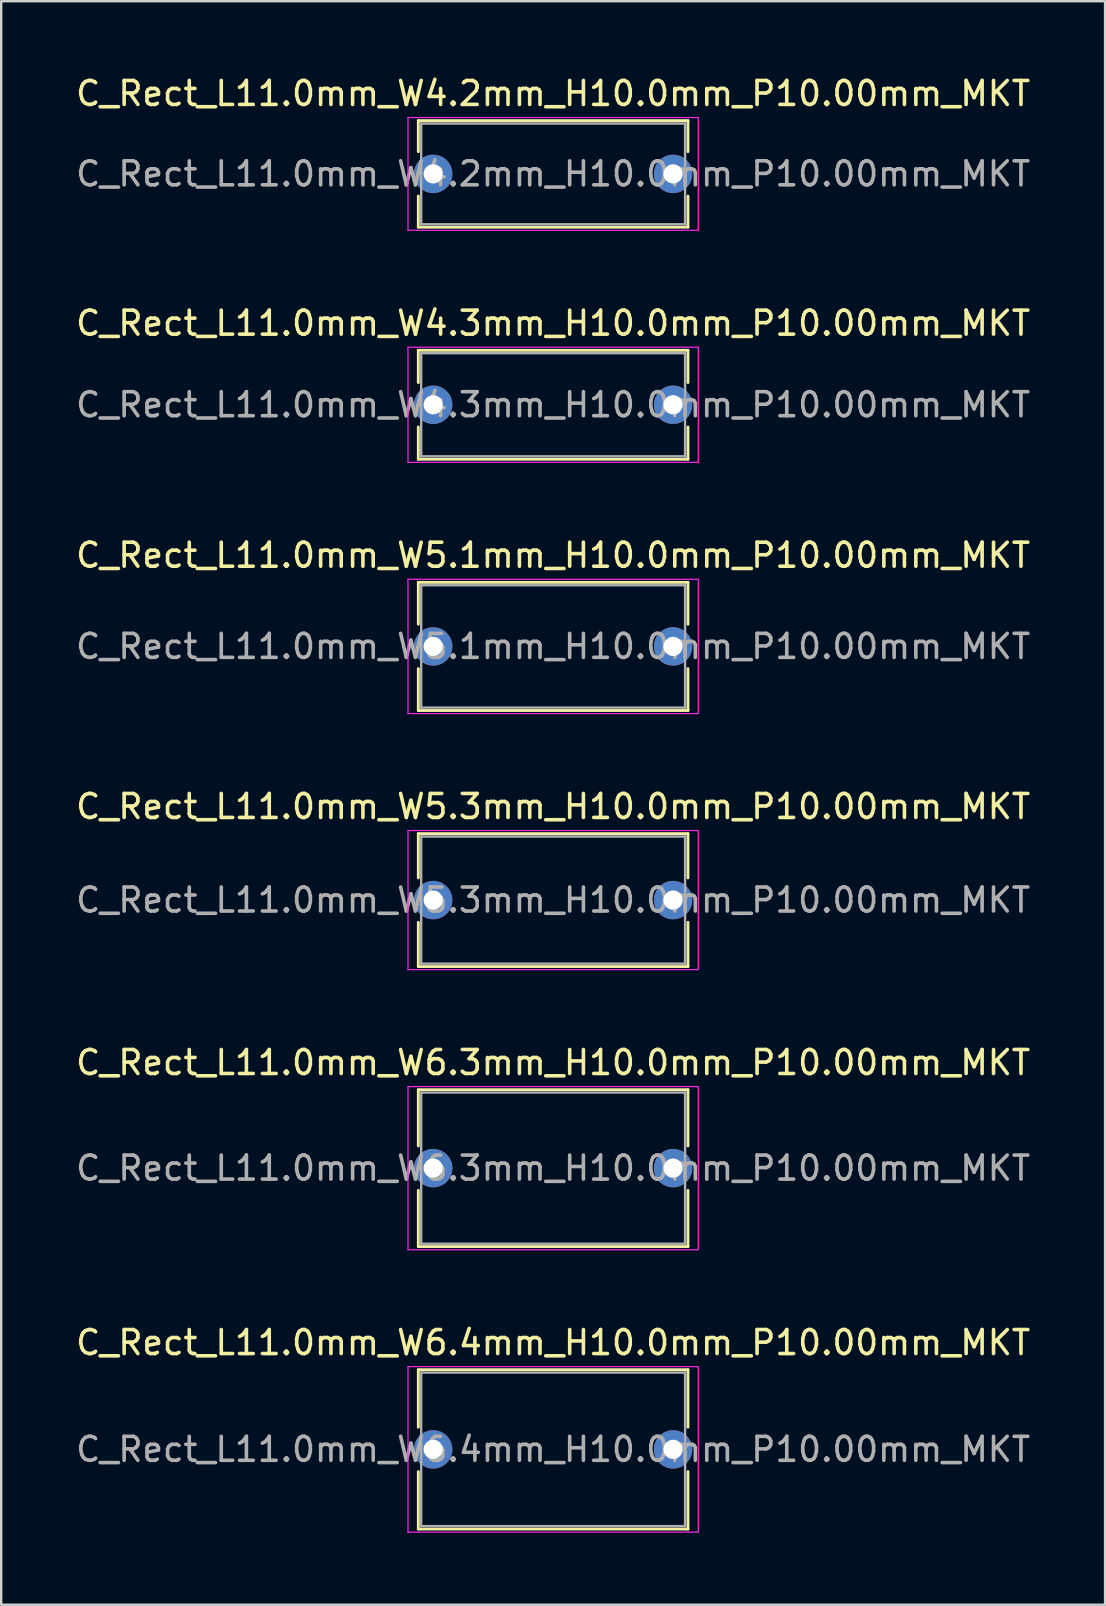
<source format=kicad_pcb>
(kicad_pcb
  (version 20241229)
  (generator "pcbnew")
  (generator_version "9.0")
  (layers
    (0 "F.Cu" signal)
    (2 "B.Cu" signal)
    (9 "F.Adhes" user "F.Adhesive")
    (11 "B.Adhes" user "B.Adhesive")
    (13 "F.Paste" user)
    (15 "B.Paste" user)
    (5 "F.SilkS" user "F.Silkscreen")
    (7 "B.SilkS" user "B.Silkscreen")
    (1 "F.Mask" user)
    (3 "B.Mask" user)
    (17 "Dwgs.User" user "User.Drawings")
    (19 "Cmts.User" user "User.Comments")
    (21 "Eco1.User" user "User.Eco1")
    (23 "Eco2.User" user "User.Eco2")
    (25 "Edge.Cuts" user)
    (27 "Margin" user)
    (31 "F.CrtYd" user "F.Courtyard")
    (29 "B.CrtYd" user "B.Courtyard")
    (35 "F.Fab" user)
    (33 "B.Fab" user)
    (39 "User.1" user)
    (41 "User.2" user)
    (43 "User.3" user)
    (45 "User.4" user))
  (footprint "C_Rect_L11.0mm_W5.3mm_H10.0mm_P10.00mm_MKT"
    (layer "F.Cu")
    (at 15.006 34.468)
    (property "Reference" "C_Rect_L11.0mm_W5.3mm_H10.0mm_P10.00mm_MKT" (at 5 -3.9 0) (layer "F.SilkS") (effects (font (size 1 1) (thickness 0.15))))
    (attr through_hole)
    (fp_line (start -0.62 -2.77) (end -0.62 -0.925) (stroke (width 0.12) (type solid)) (layer "F.SilkS"))
    (fp_line (start -0.62 -2.77) (end 10.62 -2.77) (stroke (width 0.12) (type solid)) (layer "F.SilkS"))
    (fp_line (start -0.62 0.925) (end -0.62 2.77) (stroke (width 0.12) (type solid)) (layer "F.SilkS"))
    (fp_line (start -0.62 2.77) (end 10.62 2.77) (stroke (width 0.12) (type solid)) (layer "F.SilkS"))
    (fp_line (start 10.62 -2.77) (end 10.62 -0.925) (stroke (width 0.12) (type solid)) (layer "F.SilkS"))
    (fp_line (start 10.62 0.925) (end 10.62 2.77) (stroke (width 0.12) (type solid)) (layer "F.SilkS"))
    (fp_line (start -1.05 -2.9) (end -1.05 2.9) (stroke (width 0.05) (type solid)) (layer "F.CrtYd"))
    (fp_line (start -1.05 2.9) (end 11.05 2.9) (stroke (width 0.05) (type solid)) (layer "F.CrtYd"))
    (fp_line (start 11.05 -2.9) (end -1.05 -2.9) (stroke (width 0.05) (type solid)) (layer "F.CrtYd"))
    (fp_line (start 11.05 2.9) (end 11.05 -2.9) (stroke (width 0.05) (type solid)) (layer "F.CrtYd"))
    (fp_line (start -0.5 -2.65) (end -0.5 2.65) (stroke (width 0.1) (type solid)) (layer "F.Fab"))
    (fp_line (start -0.5 2.65) (end 10.5 2.65) (stroke (width 0.1) (type solid)) (layer "F.Fab"))
    (fp_line (start 10.5 -2.65) (end -0.5 -2.65) (stroke (width 0.1) (type solid)) (layer "F.Fab"))
    (fp_line (start 10.5 2.65) (end 10.5 -2.65) (stroke (width 0.1) (type solid)) (layer "F.Fab"))
    (fp_text user "${REFERENCE}" (at 5 0 0) (layer "F.Fab") (effects (font (size 1 1) (thickness 0.15))))
    (pad "1" thru_hole circle (at 0 0) (size 1.6 1.6) (drill 0.8) (layers "*.Cu" "*.Mask"))
    (pad "2" thru_hole circle (at 10 0) (size 1.6 1.6) (drill 0.8) (layers "*.Cu" "*.Mask")))
  (footprint "C_Rect_L11.0mm_W6.4mm_H10.0mm_P10.00mm_MKT"
    (layer "F.Cu")
    (at 15.006 57.364)
    (property "Reference" "C_Rect_L11.0mm_W6.4mm_H10.0mm_P10.00mm_MKT" (at 5 -4.45 0) (layer "F.SilkS") (effects (font (size 1 1) (thickness 0.15))))
    (attr through_hole)
    (fp_line (start -0.62 -3.32) (end -0.62 -0.925) (stroke (width 0.12) (type solid)) (layer "F.SilkS"))
    (fp_line (start -0.62 -3.32) (end 10.62 -3.32) (stroke (width 0.12) (type solid)) (layer "F.SilkS"))
    (fp_line (start -0.62 0.925) (end -0.62 3.32) (stroke (width 0.12) (type solid)) (layer "F.SilkS"))
    (fp_line (start -0.62 3.32) (end 10.62 3.32) (stroke (width 0.12) (type solid)) (layer "F.SilkS"))
    (fp_line (start 10.62 -3.32) (end 10.62 -0.925) (stroke (width 0.12) (type solid)) (layer "F.SilkS"))
    (fp_line (start 10.62 0.925) (end 10.62 3.32) (stroke (width 0.12) (type solid)) (layer "F.SilkS"))
    (fp_line (start -1.05 -3.45) (end -1.05 3.45) (stroke (width 0.05) (type solid)) (layer "F.CrtYd"))
    (fp_line (start -1.05 3.45) (end 11.05 3.45) (stroke (width 0.05) (type solid)) (layer "F.CrtYd"))
    (fp_line (start 11.05 -3.45) (end -1.05 -3.45) (stroke (width 0.05) (type solid)) (layer "F.CrtYd"))
    (fp_line (start 11.05 3.45) (end 11.05 -3.45) (stroke (width 0.05) (type solid)) (layer "F.CrtYd"))
    (fp_line (start -0.5 -3.2) (end -0.5 3.2) (stroke (width 0.1) (type solid)) (layer "F.Fab"))
    (fp_line (start -0.5 3.2) (end 10.5 3.2) (stroke (width 0.1) (type solid)) (layer "F.Fab"))
    (fp_line (start 10.5 -3.2) (end -0.5 -3.2) (stroke (width 0.1) (type solid)) (layer "F.Fab"))
    (fp_line (start 10.5 3.2) (end 10.5 -3.2) (stroke (width 0.1) (type solid)) (layer "F.Fab"))
    (fp_text user "${REFERENCE}" (at 5 0 0) (layer "F.Fab") (effects (font (size 1 1) (thickness 0.15))))
    (pad "1" thru_hole circle (at 0 0) (size 1.6 1.6) (drill 0.8) (layers "*.Cu" "*.Mask"))
    (pad "2" thru_hole circle (at 10 0) (size 1.6 1.6) (drill 0.8) (layers "*.Cu" "*.Mask")))
  (footprint "C_Rect_L11.0mm_W6.3mm_H10.0mm_P10.00mm_MKT"
    (layer "F.Cu")
    (at 15.006 45.641)
    (property "Reference" "C_Rect_L11.0mm_W6.3mm_H10.0mm_P10.00mm_MKT" (at 5 -4.4 0) (layer "F.SilkS") (effects (font (size 1 1) (thickness 0.15))))
    (attr through_hole)
    (fp_line (start -0.62 -3.27) (end -0.62 -0.925) (stroke (width 0.12) (type solid)) (layer "F.SilkS"))
    (fp_line (start -0.62 -3.27) (end 10.62 -3.27) (stroke (width 0.12) (type solid)) (layer "F.SilkS"))
    (fp_line (start -0.62 0.925) (end -0.62 3.27) (stroke (width 0.12) (type solid)) (layer "F.SilkS"))
    (fp_line (start -0.62 3.27) (end 10.62 3.27) (stroke (width 0.12) (type solid)) (layer "F.SilkS"))
    (fp_line (start 10.62 -3.27) (end 10.62 -0.925) (stroke (width 0.12) (type solid)) (layer "F.SilkS"))
    (fp_line (start 10.62 0.925) (end 10.62 3.27) (stroke (width 0.12) (type solid)) (layer "F.SilkS"))
    (fp_line (start -1.05 -3.4) (end -1.05 3.4) (stroke (width 0.05) (type solid)) (layer "F.CrtYd"))
    (fp_line (start -1.05 3.4) (end 11.05 3.4) (stroke (width 0.05) (type solid)) (layer "F.CrtYd"))
    (fp_line (start 11.05 -3.4) (end -1.05 -3.4) (stroke (width 0.05) (type solid)) (layer "F.CrtYd"))
    (fp_line (start 11.05 3.4) (end 11.05 -3.4) (stroke (width 0.05) (type solid)) (layer "F.CrtYd"))
    (fp_line (start -0.5 -3.15) (end -0.5 3.15) (stroke (width 0.1) (type solid)) (layer "F.Fab"))
    (fp_line (start -0.5 3.15) (end 10.5 3.15) (stroke (width 0.1) (type solid)) (layer "F.Fab"))
    (fp_line (start 10.5 -3.15) (end -0.5 -3.15) (stroke (width 0.1) (type solid)) (layer "F.Fab"))
    (fp_line (start 10.5 3.15) (end 10.5 -3.15) (stroke (width 0.1) (type solid)) (layer "F.Fab"))
    (fp_text user "${REFERENCE}" (at 5 0 0) (layer "F.Fab") (effects (font (size 1 1) (thickness 0.15))))
    (pad "1" thru_hole circle (at 0 0) (size 1.6 1.6) (drill 0.8) (layers "*.Cu" "*.Mask"))
    (pad "2" thru_hole circle (at 10 0) (size 1.6 1.6) (drill 0.8) (layers "*.Cu" "*.Mask")))
  (footprint "C_Rect_L11.0mm_W4.3mm_H10.0mm_P10.00mm_MKT"
    (layer "F.Cu")
    (at 15.006 13.822)
    (property "Reference" "C_Rect_L11.0mm_W4.3mm_H10.0mm_P10.00mm_MKT" (at 5 -3.4 0) (layer "F.SilkS") (effects (font (size 1 1) (thickness 0.15))))
    (attr through_hole)
    (fp_line (start -0.62 -2.27) (end -0.62 -0.925) (stroke (width 0.12) (type solid)) (layer "F.SilkS"))
    (fp_line (start -0.62 -2.27) (end 10.62 -2.27) (stroke (width 0.12) (type solid)) (layer "F.SilkS"))
    (fp_line (start -0.62 0.925) (end -0.62 2.27) (stroke (width 0.12) (type solid)) (layer "F.SilkS"))
    (fp_line (start -0.62 2.27) (end 10.62 2.27) (stroke (width 0.12) (type solid)) (layer "F.SilkS"))
    (fp_line (start 10.62 -2.27) (end 10.62 -0.925) (stroke (width 0.12) (type solid)) (layer "F.SilkS"))
    (fp_line (start 10.62 0.925) (end 10.62 2.27) (stroke (width 0.12) (type solid)) (layer "F.SilkS"))
    (fp_line (start -1.05 -2.4) (end -1.05 2.4) (stroke (width 0.05) (type solid)) (layer "F.CrtYd"))
    (fp_line (start -1.05 2.4) (end 11.05 2.4) (stroke (width 0.05) (type solid)) (layer "F.CrtYd"))
    (fp_line (start 11.05 -2.4) (end -1.05 -2.4) (stroke (width 0.05) (type solid)) (layer "F.CrtYd"))
    (fp_line (start 11.05 2.4) (end 11.05 -2.4) (stroke (width 0.05) (type solid)) (layer "F.CrtYd"))
    (fp_line (start -0.5 -2.15) (end -0.5 2.15) (stroke (width 0.1) (type solid)) (layer "F.Fab"))
    (fp_line (start -0.5 2.15) (end 10.5 2.15) (stroke (width 0.1) (type solid)) (layer "F.Fab"))
    (fp_line (start 10.5 -2.15) (end -0.5 -2.15) (stroke (width 0.1) (type solid)) (layer "F.Fab"))
    (fp_line (start 10.5 2.15) (end 10.5 -2.15) (stroke (width 0.1) (type solid)) (layer "F.Fab"))
    (fp_text user "${REFERENCE}" (at 5 0 0) (layer "F.Fab") (effects (font (size 1 1) (thickness 0.15))))
    (pad "1" thru_hole circle (at 0 0) (size 1.6 1.6) (drill 0.8) (layers "*.Cu" "*.Mask"))
    (pad "2" thru_hole circle (at 10 0) (size 1.6 1.6) (drill 0.8) (layers "*.Cu" "*.Mask")))
  (footprint "C_Rect_L11.0mm_W4.2mm_H10.0mm_P10.00mm_MKT"
    (layer "F.Cu")
    (at 15.006 4.198)
    (property "Reference" "C_Rect_L11.0mm_W4.2mm_H10.0mm_P10.00mm_MKT" (at 5 -3.35 0) (layer "F.SilkS") (effects (font (size 1 1) (thickness 0.15))))
    (attr through_hole)
    (fp_line (start -0.62 -2.22) (end -0.62 -0.925) (stroke (width 0.12) (type solid)) (layer "F.SilkS"))
    (fp_line (start -0.62 -2.22) (end 10.62 -2.22) (stroke (width 0.12) (type solid)) (layer "F.SilkS"))
    (fp_line (start -0.62 0.925) (end -0.62 2.22) (stroke (width 0.12) (type solid)) (layer "F.SilkS"))
    (fp_line (start -0.62 2.22) (end 10.62 2.22) (stroke (width 0.12) (type solid)) (layer "F.SilkS"))
    (fp_line (start 10.62 -2.22) (end 10.62 -0.925) (stroke (width 0.12) (type solid)) (layer "F.SilkS"))
    (fp_line (start 10.62 0.925) (end 10.62 2.22) (stroke (width 0.12) (type solid)) (layer "F.SilkS"))
    (fp_line (start -1.05 -2.35) (end -1.05 2.35) (stroke (width 0.05) (type solid)) (layer "F.CrtYd"))
    (fp_line (start -1.05 2.35) (end 11.05 2.35) (stroke (width 0.05) (type solid)) (layer "F.CrtYd"))
    (fp_line (start 11.05 -2.35) (end -1.05 -2.35) (stroke (width 0.05) (type solid)) (layer "F.CrtYd"))
    (fp_line (start 11.05 2.35) (end 11.05 -2.35) (stroke (width 0.05) (type solid)) (layer "F.CrtYd"))
    (fp_line (start -0.5 -2.1) (end -0.5 2.1) (stroke (width 0.1) (type solid)) (layer "F.Fab"))
    (fp_line (start -0.5 2.1) (end 10.5 2.1) (stroke (width 0.1) (type solid)) (layer "F.Fab"))
    (fp_line (start 10.5 -2.1) (end -0.5 -2.1) (stroke (width 0.1) (type solid)) (layer "F.Fab"))
    (fp_line (start 10.5 2.1) (end 10.5 -2.1) (stroke (width 0.1) (type solid)) (layer "F.Fab"))
    (fp_text user "${REFERENCE}" (at 5 0 0) (layer "F.Fab") (effects (font (size 1 1) (thickness 0.15))))
    (pad "1" thru_hole circle (at 0 0) (size 1.6 1.6) (drill 0.8) (layers "*.Cu" "*.Mask"))
    (pad "2" thru_hole circle (at 10 0) (size 1.6 1.6) (drill 0.8) (layers "*.Cu" "*.Mask")))
  (footprint "C_Rect_L11.0mm_W5.1mm_H10.0mm_P10.00mm_MKT"
    (layer "F.Cu")
    (at 15.006 23.895)
    (property "Reference" "C_Rect_L11.0mm_W5.1mm_H10.0mm_P10.00mm_MKT" (at 5 -3.8 0) (layer "F.SilkS") (effects (font (size 1 1) (thickness 0.15))))
    (attr through_hole)
    (fp_line (start -0.62 -2.67) (end -0.62 -0.925) (stroke (width 0.12) (type solid)) (layer "F.SilkS"))
    (fp_line (start -0.62 -2.67) (end 10.62 -2.67) (stroke (width 0.12) (type solid)) (layer "F.SilkS"))
    (fp_line (start -0.62 0.925) (end -0.62 2.67) (stroke (width 0.12) (type solid)) (layer "F.SilkS"))
    (fp_line (start -0.62 2.67) (end 10.62 2.67) (stroke (width 0.12) (type solid)) (layer "F.SilkS"))
    (fp_line (start 10.62 -2.67) (end 10.62 -0.925) (stroke (width 0.12) (type solid)) (layer "F.SilkS"))
    (fp_line (start 10.62 0.925) (end 10.62 2.67) (stroke (width 0.12) (type solid)) (layer "F.SilkS"))
    (fp_line (start -1.05 -2.8) (end -1.05 2.8) (stroke (width 0.05) (type solid)) (layer "F.CrtYd"))
    (fp_line (start -1.05 2.8) (end 11.05 2.8) (stroke (width 0.05) (type solid)) (layer "F.CrtYd"))
    (fp_line (start 11.05 -2.8) (end -1.05 -2.8) (stroke (width 0.05) (type solid)) (layer "F.CrtYd"))
    (fp_line (start 11.05 2.8) (end 11.05 -2.8) (stroke (width 0.05) (type solid)) (layer "F.CrtYd"))
    (fp_line (start -0.5 -2.55) (end -0.5 2.55) (stroke (width 0.1) (type solid)) (layer "F.Fab"))
    (fp_line (start -0.5 2.55) (end 10.5 2.55) (stroke (width 0.1) (type solid)) (layer "F.Fab"))
    (fp_line (start 10.5 -2.55) (end -0.5 -2.55) (stroke (width 0.1) (type solid)) (layer "F.Fab"))
    (fp_line (start 10.5 2.55) (end 10.5 -2.55) (stroke (width 0.1) (type solid)) (layer "F.Fab"))
    (fp_text user "${REFERENCE}" (at 5 0 0) (layer "F.Fab") (effects (font (size 1 1) (thickness 0.15))))
    (pad "1" thru_hole circle (at 0 0) (size 1.6 1.6) (drill 0.8) (layers "*.Cu" "*.Mask"))
    (pad "2" thru_hole circle (at 10 0) (size 1.6 1.6) (drill 0.8) (layers "*.Cu" "*.Mask")))
  (gr_rect
    (start -3 -3)
    (end 43.012 63.84)
    (stroke (width 0.1) (type default))
    (fill no)
    (layer "Edge.Cuts")))
</source>
